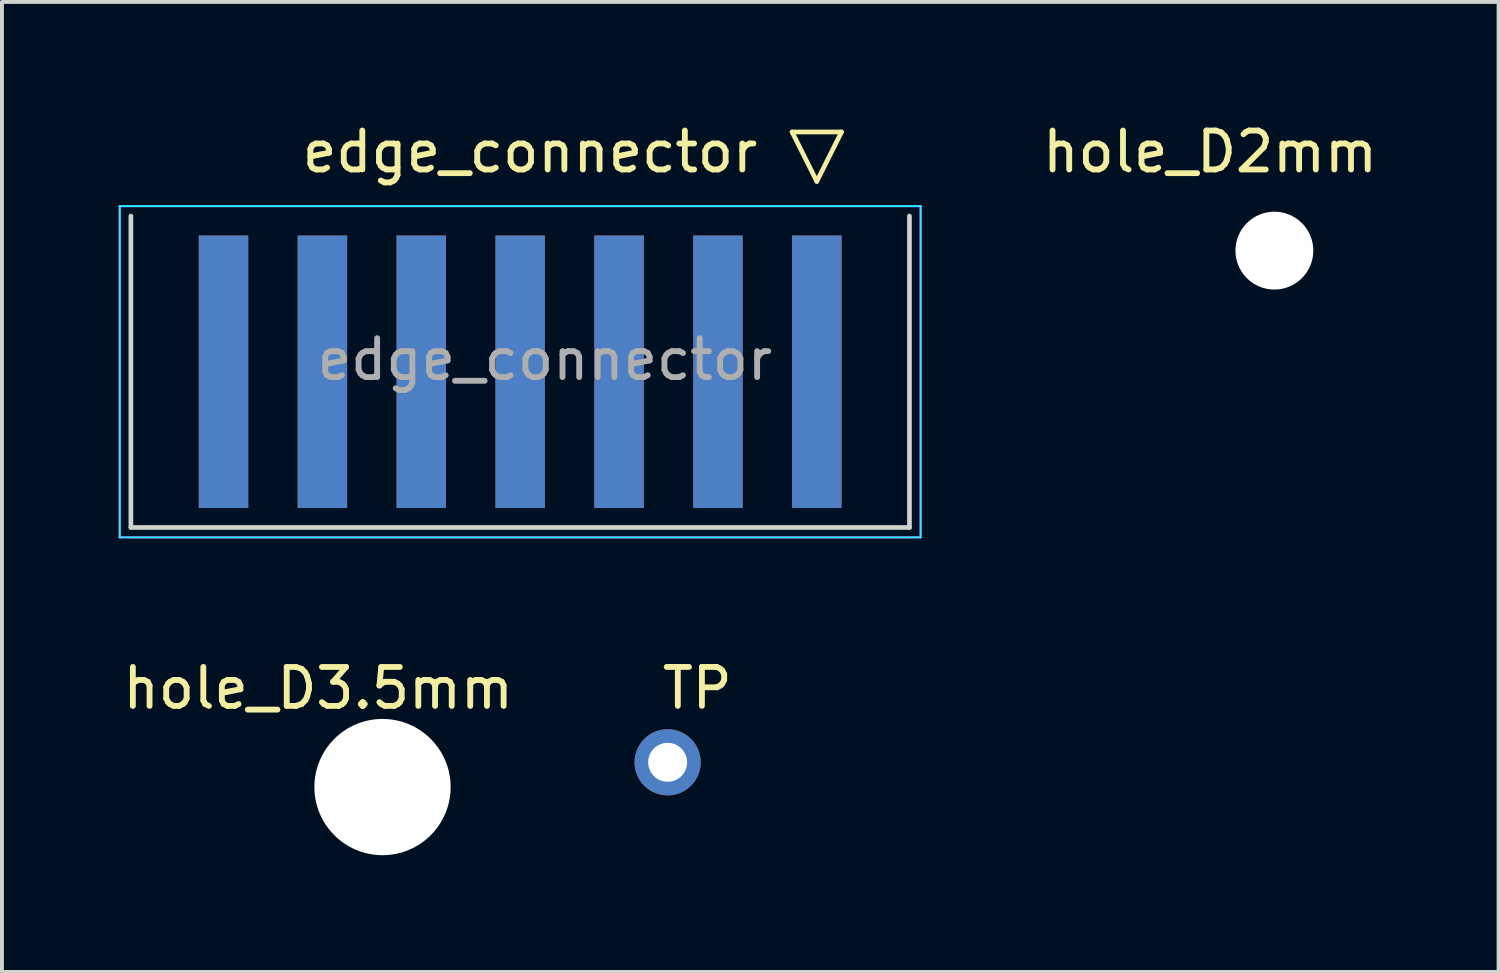
<source format=kicad_pcb>
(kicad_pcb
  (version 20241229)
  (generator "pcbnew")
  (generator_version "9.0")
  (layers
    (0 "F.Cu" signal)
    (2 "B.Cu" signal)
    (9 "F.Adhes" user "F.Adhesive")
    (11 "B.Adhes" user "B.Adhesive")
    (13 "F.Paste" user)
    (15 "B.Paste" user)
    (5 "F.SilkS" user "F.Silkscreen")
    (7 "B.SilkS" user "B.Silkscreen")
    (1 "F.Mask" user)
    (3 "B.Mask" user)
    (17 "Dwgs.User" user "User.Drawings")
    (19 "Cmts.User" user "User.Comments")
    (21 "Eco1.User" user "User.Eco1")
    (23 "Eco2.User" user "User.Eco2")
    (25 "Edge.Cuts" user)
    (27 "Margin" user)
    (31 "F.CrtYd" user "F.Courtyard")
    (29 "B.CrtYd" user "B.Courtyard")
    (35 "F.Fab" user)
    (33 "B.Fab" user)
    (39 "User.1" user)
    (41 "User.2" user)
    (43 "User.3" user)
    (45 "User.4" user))
  (footprint "TP"
    (layer "F.Cu")
    (at 14.1 16.532)
    (property "Reference" "TP" (at 0.762 -1.905 0) (layer "F.SilkS") (effects (font (size 1 1) (thickness 0.15))))
    (attr through_hole)
    (pad "1" thru_hole circle (at 0 0) (size 1.7 1.7) (drill 1) (layers "*.Cu" "*.Mask")))
  (footprint "edge_connector"
    (layer "F.Cu")
    (at 10.312 10.5)
    (property "Reference" "edge_connector" (at 0.254 -9.652 0) (layer "F.SilkS") (effects (font (size 1 1) (thickness 0.15))))
    (attr exclude_from_pos_files exclude_from_bom)
    (fp_line (start 6.985 -10.16) (end 7.62 -8.89) (stroke (width 0.12) (type solid)) (layer "F.SilkS"))
    (fp_line (start 7.62 -8.89) (end 8.255 -10.16) (stroke (width 0.12) (type solid)) (layer "F.SilkS"))
    (fp_line (start 8.255 -10.16) (end 6.985 -10.16) (stroke (width 0.12) (type solid)) (layer "F.SilkS"))
    (fp_line (start -10 0) (end -10 -8) (stroke (width 0.12) (type solid)) (layer "Edge.Cuts"))
    (fp_line (start -10 0) (end 10 0) (stroke (width 0.12) (type solid)) (layer "Edge.Cuts"))
    (fp_line (start 10 -8) (end 10 0) (stroke (width 0.12) (type solid)) (layer "Edge.Cuts"))
    (fp_line (start -10.287 -8.255) (end -10.287 0.254) (stroke (width 0.05) (type solid)) (layer "B.CrtYd"))
    (fp_line (start -10.287 0.254) (end 10.287 0.254) (stroke (width 0.05) (type solid)) (layer "B.CrtYd"))
    (fp_line (start 10.287 -8.255) (end -10.287 -8.255) (stroke (width 0.05) (type solid)) (layer "B.CrtYd"))
    (fp_line (start 10.287 0.254) (end 10.287 -8.255) (stroke (width 0.05) (type solid)) (layer "B.CrtYd"))
    (fp_line (start -10.287 -8.255) (end -10.287 0.254) (stroke (width 0.05) (type solid)) (layer "F.CrtYd"))
    (fp_line (start -10.287 0.254) (end 10.287 0.254) (stroke (width 0.05) (type solid)) (layer "F.CrtYd"))
    (fp_line (start 10.287 -8.255) (end -10.287 -8.255) (stroke (width 0.05) (type solid)) (layer "F.CrtYd"))
    (fp_line (start 10.287 0.254) (end 10.287 -8.255) (stroke (width 0.05) (type solid)) (layer "F.CrtYd"))
    (fp_text user "${REFERENCE}" (at 0.635 -4.318 0) (layer "F.Fab") (effects (font (size 1 1) (thickness 0.15))))
    (pad "1" connect rect (at 7.62 -4) (size 1.27 7) (layers "F.Cu" "F.Mask"))
    (pad "2" connect rect (at 7.62 -4) (size 1.27 7) (layers "B.Cu" "B.Mask"))
    (pad "3" connect rect (at 5.08 -4) (size 1.27 7) (layers "F.Cu" "F.Mask"))
    (pad "4" connect rect (at 5.08 -4) (size 1.27 7) (layers "B.Cu" "B.Mask"))
    (pad "5" connect rect (at 2.54 -4) (size 1.27 7) (layers "F.Cu" "F.Mask"))
    (pad "6" connect rect (at 2.54 -4) (size 1.27 7) (layers "B.Cu" "B.Mask"))
    (pad "7" connect rect (at 0 -4) (size 1.27 7) (layers "F.Cu" "F.Mask"))
    (pad "8" connect rect (at 0 -4) (size 1.27 7) (layers "B.Cu" "B.Mask"))
    (pad "9" connect rect (at -2.54 -4) (size 1.27 7) (layers "F.Cu" "F.Mask"))
    (pad "10" connect rect (at -2.54 -4) (size 1.27 7) (layers "B.Cu" "B.Mask"))
    (pad "11" connect rect (at -5.08 -4) (size 1.27 7) (layers "F.Cu" "F.Mask"))
    (pad "12" connect rect (at -5.08 -4) (size 1.27 7) (layers "B.Cu" "B.Mask"))
    (pad "13" connect rect (at -7.62 -4) (size 1.27 7) (layers "F.Cu" "F.Mask"))
    (pad "14" connect rect (at -7.62 -4) (size 1.27 7) (layers "B.Cu" "B.Mask")))
  (footprint "hole_D3.5mm"
    (layer "F.Cu")
    (at 6.776 17.168)
    (property "Reference" "hole_D3.5mm" (at -1.651 -2.54 0) (layer "F.SilkS") (effects (font (size 1 1) (thickness 0.15))))
    (attr through_hole)
    (pad "" np_thru_hole circle (at 0 0) (size 3.5 3.5) (drill 3.5) (layers "*.Cu" "*.Mask")))
  (footprint "hole_D2mm"
    (layer "F.Cu")
    (at 29.686 3.388)
    (property "Reference" "hole_D2mm" (at -1.651 -2.54 0) (layer "F.SilkS") (effects (font (size 1 1) (thickness 0.15))))
    (attr through_hole)
    (pad "" np_thru_hole circle (at 0 0) (size 2 2) (drill 2) (layers "*.Cu" "*.Mask")))
  (gr_rect
    (start -3 -3)
    (end 35.445 21.918)
    (stroke (width 0.1) (type default))
    (fill no)
    (layer "Edge.Cuts")))
</source>
